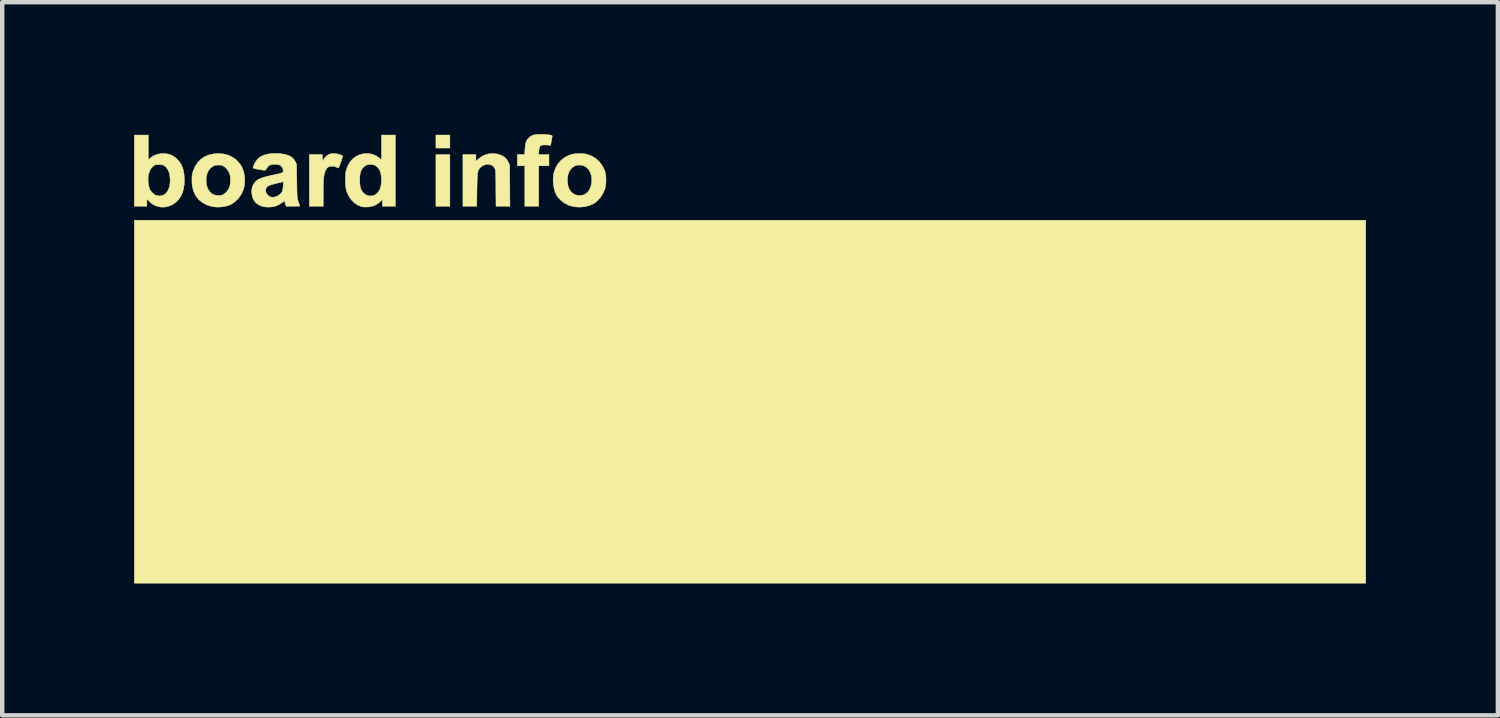
<source format=kicad_pcb>
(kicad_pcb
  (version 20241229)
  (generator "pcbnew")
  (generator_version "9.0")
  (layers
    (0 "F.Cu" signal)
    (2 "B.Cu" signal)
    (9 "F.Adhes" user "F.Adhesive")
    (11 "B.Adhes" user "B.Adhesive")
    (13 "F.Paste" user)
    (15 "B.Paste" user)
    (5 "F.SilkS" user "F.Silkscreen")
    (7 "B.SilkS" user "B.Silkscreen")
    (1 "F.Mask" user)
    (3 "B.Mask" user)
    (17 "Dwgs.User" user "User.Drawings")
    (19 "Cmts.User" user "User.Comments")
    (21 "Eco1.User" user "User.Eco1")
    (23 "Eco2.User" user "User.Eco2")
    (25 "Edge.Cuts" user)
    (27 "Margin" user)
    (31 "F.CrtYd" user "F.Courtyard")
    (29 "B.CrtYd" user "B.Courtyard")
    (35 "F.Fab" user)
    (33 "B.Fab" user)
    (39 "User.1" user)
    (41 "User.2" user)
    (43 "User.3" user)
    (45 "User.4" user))
  (footprint "board_info_block_bot"
    (layer "F.Cu")
    (at 14.007 5.101)
    (property "Reference" "board_info_block_bot" (at 0 0 0) (layer "F.SilkS") (effects (font (size 1.27 1.27) (thickness 0.15))))
    (attr through_hole)
    (fp_poly (pts (xy -6.826 -4.784) (xy -7.144 -4.784) (xy -7.144 -5.08) (xy -6.826 -5.08) (xy -6.826 -4.784)) (stroke (width 0.01) (type solid)) (fill yes) (layer "F.SilkS"))
    (fp_poly (pts (xy -6.826 -3.461) (xy -7.144 -3.461) (xy -7.144 -4.636) (xy -6.826 -4.636) (xy -6.826 -3.461)) (stroke (width 0.01) (type solid)) (fill yes) (layer "F.SilkS"))
    (fp_poly (pts (xy 14.002 5.112) (xy -14.002 5.112) (xy -14.002 -3.143) (xy 14.002 -3.143) (xy 14.002 5.112)) (stroke (width 0.01) (type solid)) (fill yes) (layer "F.SilkS"))
    (fp_poly (pts (xy -4.674 -5.094) (xy -4.613 -5.09) (xy -4.562 -5.084) (xy -4.524 -5.076) (xy -4.502 -5.066) (xy -4.498 -5.06) (xy -4.499 -5.048) (xy -4.504 -5.019) (xy -4.511 -4.979) (xy -4.516 -4.95) (xy -4.535 -4.846) (xy -4.622 -4.854) (xy -4.688 -4.855) (xy -4.736 -4.849) (xy -4.769 -4.833) (xy -4.785 -4.813) (xy -4.791 -4.793) (xy -4.797 -4.758) (xy -4.802 -4.717) (xy -4.802 -4.714) (xy -4.808 -4.636) (xy -4.572 -4.636) (xy -4.572 -4.381) (xy -4.805 -4.381) (xy -4.805 -3.461) (xy -5.122 -3.461) (xy -5.122 -4.381) (xy -5.292 -4.381) (xy -5.292 -4.636) (xy -5.126 -4.636) (xy -5.119 -4.749) (xy -5.113 -4.828) (xy -5.103 -4.889) (xy -5.089 -4.937) (xy -5.068 -4.975) (xy -5.04 -5.008) (xy -5.034 -5.014) (xy -4.997 -5.044) (xy -4.959 -5.067) (xy -4.916 -5.082) (xy -4.864 -5.091) (xy -4.798 -5.095) (xy -4.741 -5.096) (xy -4.674 -5.094)) (stroke (width 0.01) (type solid)) (fill yes) (layer "F.SilkS"))
    (fp_poly (pts (xy -9.429 -4.657) (xy -9.382 -4.65) (xy -9.337 -4.639) (xy -9.3 -4.625) (xy -9.273 -4.61) (xy -9.263 -4.595) (xy -9.263 -4.59) (xy -9.268 -4.575) (xy -9.279 -4.545) (xy -9.293 -4.504) (xy -9.308 -4.461) (xy -9.325 -4.414) (xy -9.339 -4.375) (xy -9.35 -4.347) (xy -9.356 -4.336) (xy -9.369 -4.335) (xy -9.394 -4.343) (xy -9.408 -4.35) (xy -9.461 -4.368) (xy -9.517 -4.372) (xy -9.569 -4.363) (xy -9.591 -4.353) (xy -9.627 -4.32) (xy -9.657 -4.269) (xy -9.68 -4.202) (xy -9.694 -4.122) (xy -9.697 -4.085) (xy -9.7 -4.031) (xy -9.702 -3.964) (xy -9.704 -3.888) (xy -9.705 -3.807) (xy -9.705 -3.744) (xy -9.705 -3.461) (xy -10.022 -3.461) (xy -10.022 -4.636) (xy -9.727 -4.636) (xy -9.724 -4.567) (xy -9.721 -4.498) (xy -9.676 -4.556) (xy -9.637 -4.6) (xy -9.597 -4.63) (xy -9.549 -4.649) (xy -9.515 -4.657) (xy -9.475 -4.66) (xy -9.429 -4.657)) (stroke (width 0.01) (type solid)) (fill yes) (layer "F.SilkS"))
    (fp_poly (pts (xy -5.742 -4.648) (xy -5.652 -4.617) (xy -5.644 -4.614) (xy -5.589 -4.582) (xy -5.547 -4.543) (xy -5.512 -4.492) (xy -5.494 -4.456) (xy -5.466 -4.397) (xy -5.463 -3.929) (xy -5.46 -3.461) (xy -5.777 -3.461) (xy -5.781 -3.871) (xy -5.781 -3.976) (xy -5.782 -4.062) (xy -5.783 -4.131) (xy -5.785 -4.185) (xy -5.787 -4.227) (xy -5.789 -4.258) (xy -5.792 -4.282) (xy -5.795 -4.299) (xy -5.8 -4.312) (xy -5.804 -4.321) (xy -5.837 -4.366) (xy -5.881 -4.396) (xy -5.934 -4.411) (xy -5.992 -4.412) (xy -6.049 -4.397) (xy -6.104 -4.366) (xy -6.132 -4.342) (xy -6.15 -4.323) (xy -6.164 -4.304) (xy -6.176 -4.283) (xy -6.185 -4.257) (xy -6.193 -4.224) (xy -6.198 -4.181) (xy -6.202 -4.128) (xy -6.205 -4.061) (xy -6.207 -3.978) (xy -6.209 -3.877) (xy -6.21 -3.829) (xy -6.215 -3.461) (xy -6.53 -3.461) (xy -6.53 -4.636) (xy -6.234 -4.636) (xy -6.234 -4.481) (xy -6.18 -4.533) (xy -6.105 -4.59) (xy -6.021 -4.631) (xy -5.93 -4.654) (xy -5.835 -4.66) (xy -5.742 -4.648)) (stroke (width 0.01) (type solid)) (fill yes) (layer "F.SilkS"))
    (fp_poly (pts (xy -8.065 -3.461) (xy -8.361 -3.461) (xy -8.361 -3.612) (xy -8.414 -3.562) (xy -8.489 -3.504) (xy -8.571 -3.466) (xy -8.662 -3.446) (xy -8.698 -3.444) (xy -8.746 -3.443) (xy -8.791 -3.445) (xy -8.825 -3.449) (xy -8.831 -3.451) (xy -8.915 -3.482) (xy -8.992 -3.533) (xy -9.06 -3.599) (xy -9.118 -3.68) (xy -9.163 -3.772) (xy -9.182 -3.832) (xy -9.191 -3.878) (xy -9.198 -3.94) (xy -9.201 -4.01) (xy -9.202 -4.063) (xy -8.878 -4.063) (xy -8.876 -4.03) (xy -8.873 -3.978) (xy -8.868 -3.929) (xy -8.863 -3.89) (xy -8.859 -3.871) (xy -8.834 -3.818) (xy -8.795 -3.767) (xy -8.747 -3.727) (xy -8.731 -3.717) (xy -8.673 -3.698) (xy -8.611 -3.695) (xy -8.55 -3.709) (xy -8.511 -3.729) (xy -8.458 -3.779) (xy -8.419 -3.843) (xy -8.394 -3.923) (xy -8.383 -4.018) (xy -8.382 -4.05) (xy -8.387 -4.149) (xy -8.404 -4.232) (xy -8.432 -4.298) (xy -8.473 -4.351) (xy -8.526 -4.39) (xy -8.532 -4.393) (xy -8.583 -4.409) (xy -8.641 -4.413) (xy -8.698 -4.405) (xy -8.731 -4.392) (xy -8.786 -4.355) (xy -8.828 -4.304) (xy -8.857 -4.239) (xy -8.873 -4.159) (xy -8.878 -4.063) (xy -9.202 -4.063) (xy -9.202 -4.084) (xy -9.2 -4.155) (xy -9.196 -4.217) (xy -9.188 -4.264) (xy -9.187 -4.265) (xy -9.153 -4.367) (xy -9.104 -4.457) (xy -9.042 -4.531) (xy -8.968 -4.59) (xy -8.884 -4.632) (xy -8.791 -4.656) (xy -8.789 -4.656) (xy -8.689 -4.66) (xy -8.594 -4.645) (xy -8.506 -4.61) (xy -8.427 -4.556) (xy -8.427 -4.556) (xy -8.382 -4.517) (xy -8.382 -5.08) (xy -8.065 -5.08) (xy -8.065 -3.461)) (stroke (width 0.01) (type solid)) (fill yes) (layer "F.SilkS"))
    (fp_poly (pts (xy -13.684 -4.517) (xy -13.641 -4.556) (xy -13.571 -4.605) (xy -13.491 -4.639) (xy -13.403 -4.657) (xy -13.312 -4.66) (xy -13.223 -4.645) (xy -13.147 -4.618) (xy -13.09 -4.583) (xy -13.032 -4.534) (xy -12.98 -4.477) (xy -12.939 -4.418) (xy -12.929 -4.399) (xy -12.894 -4.303) (xy -12.872 -4.196) (xy -12.863 -4.082) (xy -12.866 -3.966) (xy -12.884 -3.854) (xy -12.903 -3.782) (xy -12.942 -3.692) (xy -12.996 -3.613) (xy -13.062 -3.548) (xy -13.137 -3.496) (xy -13.219 -3.461) (xy -13.306 -3.442) (xy -13.395 -3.441) (xy -13.483 -3.46) (xy -13.487 -3.462) (xy -13.535 -3.48) (xy -13.573 -3.499) (xy -13.608 -3.524) (xy -13.648 -3.558) (xy -13.66 -3.571) (xy -13.716 -3.624) (xy -13.716 -3.461) (xy -14.002 -3.461) (xy -14.002 -4.102) (xy -13.69 -4.102) (xy -13.687 -4.007) (xy -13.685 -3.984) (xy -13.674 -3.918) (xy -13.659 -3.867) (xy -13.639 -3.825) (xy -13.611 -3.787) (xy -13.602 -3.776) (xy -13.551 -3.731) (xy -13.497 -3.704) (xy -13.435 -3.696) (xy -13.417 -3.697) (xy -13.37 -3.703) (xy -13.332 -3.719) (xy -13.311 -3.732) (xy -13.264 -3.777) (xy -13.228 -3.838) (xy -13.202 -3.913) (xy -13.189 -3.998) (xy -13.188 -4.091) (xy -13.198 -4.174) (xy -13.219 -4.25) (xy -13.253 -4.314) (xy -13.297 -4.364) (xy -13.312 -4.376) (xy -13.338 -4.392) (xy -13.361 -4.402) (xy -13.389 -4.407) (xy -13.429 -4.408) (xy -13.441 -4.408) (xy -13.484 -4.407) (xy -13.514 -4.404) (xy -13.537 -4.395) (xy -13.561 -4.381) (xy -13.569 -4.375) (xy -13.618 -4.327) (xy -13.654 -4.265) (xy -13.679 -4.188) (xy -13.69 -4.102) (xy -14.002 -4.102) (xy -14.002 -5.08) (xy -13.684 -5.08) (xy -13.684 -4.517)) (stroke (width 0.01) (type solid)) (fill yes) (layer "F.SilkS"))
    (fp_poly (pts (xy -3.833 -4.658) (xy -3.758 -4.652) (xy -3.705 -4.642) (xy -3.605 -4.605) (xy -3.513 -4.551) (xy -3.434 -4.481) (xy -3.368 -4.396) (xy -3.317 -4.299) (xy -3.295 -4.239) (xy -3.282 -4.176) (xy -3.276 -4.1) (xy -3.276 -4.02) (xy -3.282 -3.942) (xy -3.295 -3.873) (xy -3.299 -3.858) (xy -3.339 -3.761) (xy -3.394 -3.672) (xy -3.463 -3.594) (xy -3.54 -3.531) (xy -3.575 -3.51) (xy -3.659 -3.475) (xy -3.755 -3.452) (xy -3.858 -3.441) (xy -3.961 -3.445) (xy -4.032 -3.456) (xy -4.128 -3.486) (xy -4.217 -3.531) (xy -4.297 -3.59) (xy -4.363 -3.659) (xy -4.406 -3.722) (xy -4.437 -3.797) (xy -4.46 -3.885) (xy -4.474 -3.981) (xy -4.477 -4.053) (xy -4.153 -4.053) (xy -4.147 -3.967) (xy -4.132 -3.896) (xy -4.104 -3.836) (xy -4.073 -3.794) (xy -4.025 -3.749) (xy -3.977 -3.721) (xy -3.922 -3.708) (xy -3.867 -3.707) (xy -3.821 -3.71) (xy -3.786 -3.719) (xy -3.753 -3.734) (xy -3.74 -3.742) (xy -3.689 -3.785) (xy -3.649 -3.843) (xy -3.621 -3.911) (xy -3.604 -3.987) (xy -3.599 -4.066) (xy -3.606 -4.144) (xy -3.627 -4.217) (xy -3.661 -4.282) (xy -3.679 -4.307) (xy -3.728 -4.353) (xy -3.782 -4.382) (xy -3.845 -4.396) (xy -3.879 -4.397) (xy -3.923 -4.396) (xy -3.956 -4.39) (xy -3.986 -4.377) (xy -4.004 -4.368) (xy -4.064 -4.321) (xy -4.108 -4.259) (xy -4.138 -4.183) (xy -4.151 -4.093) (xy -4.153 -4.053) (xy -4.477 -4.053) (xy -4.478 -4.077) (xy -4.471 -4.169) (xy -4.46 -4.227) (xy -4.423 -4.331) (xy -4.369 -4.424) (xy -4.3 -4.504) (xy -4.217 -4.569) (xy -4.122 -4.618) (xy -4.053 -4.641) (xy -3.989 -4.653) (xy -3.913 -4.659) (xy -3.833 -4.658)) (stroke (width 0.01) (type solid)) (fill yes) (layer "F.SilkS"))
    (fp_poly (pts (xy -11.977 -4.651) (xy -11.868 -4.624) (xy -11.771 -4.579) (xy -11.684 -4.516) (xy -11.609 -4.435) (xy -11.582 -4.397) (xy -11.54 -4.319) (xy -11.511 -4.228) (xy -11.494 -4.129) (xy -11.49 -4.027) (xy -11.499 -3.927) (xy -11.519 -3.846) (xy -11.563 -3.744) (xy -11.624 -3.652) (xy -11.702 -3.573) (xy -11.791 -3.51) (xy -11.864 -3.477) (xy -11.951 -3.455) (xy -12.045 -3.443) (xy -12.141 -3.442) (xy -12.233 -3.454) (xy -12.262 -3.461) (xy -12.368 -3.497) (xy -12.461 -3.549) (xy -12.538 -3.613) (xy -12.6 -3.69) (xy -12.619 -3.724) (xy -12.654 -3.802) (xy -12.677 -3.885) (xy -12.69 -3.976) (xy -12.692 -4.059) (xy -12.692 -4.09) (xy -12.368 -4.09) (xy -12.368 -3.999) (xy -12.353 -3.915) (xy -12.322 -3.842) (xy -12.279 -3.782) (xy -12.222 -3.737) (xy -12.198 -3.724) (xy -12.145 -3.709) (xy -12.085 -3.705) (xy -12.025 -3.711) (xy -11.985 -3.724) (xy -11.941 -3.753) (xy -11.897 -3.796) (xy -11.861 -3.847) (xy -11.836 -3.898) (xy -11.825 -3.945) (xy -11.819 -4.004) (xy -11.818 -4.068) (xy -11.82 -4.13) (xy -11.828 -4.18) (xy -11.83 -4.187) (xy -11.857 -4.249) (xy -11.898 -4.307) (xy -11.947 -4.354) (xy -11.964 -4.365) (xy -11.996 -4.383) (xy -12.024 -4.393) (xy -12.059 -4.397) (xy -12.091 -4.397) (xy -12.136 -4.396) (xy -12.169 -4.39) (xy -12.199 -4.377) (xy -12.215 -4.368) (xy -12.274 -4.325) (xy -12.317 -4.27) (xy -12.347 -4.203) (xy -12.365 -4.121) (xy -12.368 -4.09) (xy -12.692 -4.09) (xy -12.692 -4.118) (xy -12.688 -4.163) (xy -12.681 -4.204) (xy -12.669 -4.247) (xy -12.665 -4.261) (xy -12.62 -4.366) (xy -12.562 -4.456) (xy -12.489 -4.53) (xy -12.403 -4.588) (xy -12.305 -4.629) (xy -12.196 -4.653) (xy -12.096 -4.66) (xy -11.977 -4.651)) (stroke (width 0.01) (type solid)) (fill yes) (layer "F.SilkS"))
    (fp_poly (pts (xy -10.683 -4.657) (xy -10.582 -4.642) (xy -10.499 -4.618) (xy -10.433 -4.583) (xy -10.381 -4.537) (xy -10.344 -4.48) (xy -10.343 -4.479) (xy -10.313 -4.419) (xy -10.307 -4.032) (xy -10.306 -3.931) (xy -10.304 -3.849) (xy -10.303 -3.784) (xy -10.301 -3.732) (xy -10.299 -3.691) (xy -10.296 -3.66) (xy -10.293 -3.635) (xy -10.288 -3.615) (xy -10.283 -3.596) (xy -10.276 -3.577) (xy -10.275 -3.572) (xy -10.261 -3.533) (xy -10.248 -3.5) (xy -10.24 -3.48) (xy -10.24 -3.479) (xy -10.238 -3.472) (xy -10.242 -3.467) (xy -10.255 -3.464) (xy -10.28 -3.462) (xy -10.319 -3.461) (xy -10.375 -3.461) (xy -10.392 -3.461) (xy -10.551 -3.461) (xy -10.57 -3.523) (xy -10.588 -3.585) (xy -10.631 -3.551) (xy -10.711 -3.498) (xy -10.801 -3.46) (xy -10.821 -3.454) (xy -10.875 -3.445) (xy -10.939 -3.441) (xy -11.005 -3.443) (xy -11.063 -3.45) (xy -11.081 -3.454) (xy -11.163 -3.486) (xy -11.23 -3.532) (xy -11.281 -3.592) (xy -11.315 -3.664) (xy -11.331 -3.749) (xy -11.333 -3.764) (xy -11.332 -3.809) (xy -11.016 -3.809) (xy -11.005 -3.765) (xy -10.979 -3.725) (xy -10.943 -3.692) (xy -10.897 -3.67) (xy -10.858 -3.663) (xy -10.838 -3.665) (xy -10.808 -3.672) (xy -10.789 -3.677) (xy -10.735 -3.701) (xy -10.686 -3.736) (xy -10.648 -3.778) (xy -10.64 -3.792) (xy -10.63 -3.824) (xy -10.622 -3.871) (xy -10.617 -3.923) (xy -10.612 -4.019) (xy -10.738 -3.989) (xy -10.813 -3.97) (xy -10.871 -3.954) (xy -10.914 -3.941) (xy -10.945 -3.928) (xy -10.968 -3.914) (xy -10.985 -3.899) (xy -10.992 -3.892) (xy -11.013 -3.852) (xy -11.016 -3.809) (xy -11.332 -3.809) (xy -11.332 -3.842) (xy -11.318 -3.907) (xy -11.29 -3.964) (xy -11.258 -4.006) (xy -11.234 -4.032) (xy -11.208 -4.053) (xy -11.178 -4.073) (xy -11.142 -4.09) (xy -11.096 -4.107) (xy -11.039 -4.125) (xy -10.968 -4.143) (xy -10.881 -4.164) (xy -10.79 -4.185) (xy -10.726 -4.199) (xy -10.68 -4.21) (xy -10.648 -4.22) (xy -10.629 -4.23) (xy -10.619 -4.242) (xy -10.616 -4.255) (xy -10.615 -4.267) (xy -10.624 -4.316) (xy -10.648 -4.36) (xy -10.683 -4.391) (xy -10.689 -4.395) (xy -10.729 -4.407) (xy -10.785 -4.413) (xy -10.806 -4.413) (xy -10.865 -4.411) (xy -10.91 -4.4) (xy -10.945 -4.38) (xy -10.977 -4.345) (xy -11.011 -4.294) (xy -11.012 -4.291) (xy -11.018 -4.284) (xy -11.027 -4.28) (xy -11.042 -4.279) (xy -11.067 -4.281) (xy -11.107 -4.287) (xy -11.163 -4.297) (xy -11.163 -4.297) (xy -11.222 -4.307) (xy -11.262 -4.316) (xy -11.287 -4.324) (xy -11.3 -4.331) (xy -11.303 -4.338) (xy -11.297 -4.363) (xy -11.282 -4.399) (xy -11.261 -4.441) (xy -11.236 -4.482) (xy -11.211 -4.518) (xy -11.201 -4.529) (xy -11.142 -4.58) (xy -11.066 -4.619) (xy -10.975 -4.646) (xy -10.871 -4.66) (xy -10.756 -4.662) (xy -10.683 -4.657)) (stroke (width 0.01) (type solid)) (fill yes) (layer "F.SilkS")))
  (gr_rect
    (start -3 -3)
    (end 31.014 13.218)
    (stroke (width 0.1) (type default))
    (fill no)
    (layer "Edge.Cuts")))
</source>
